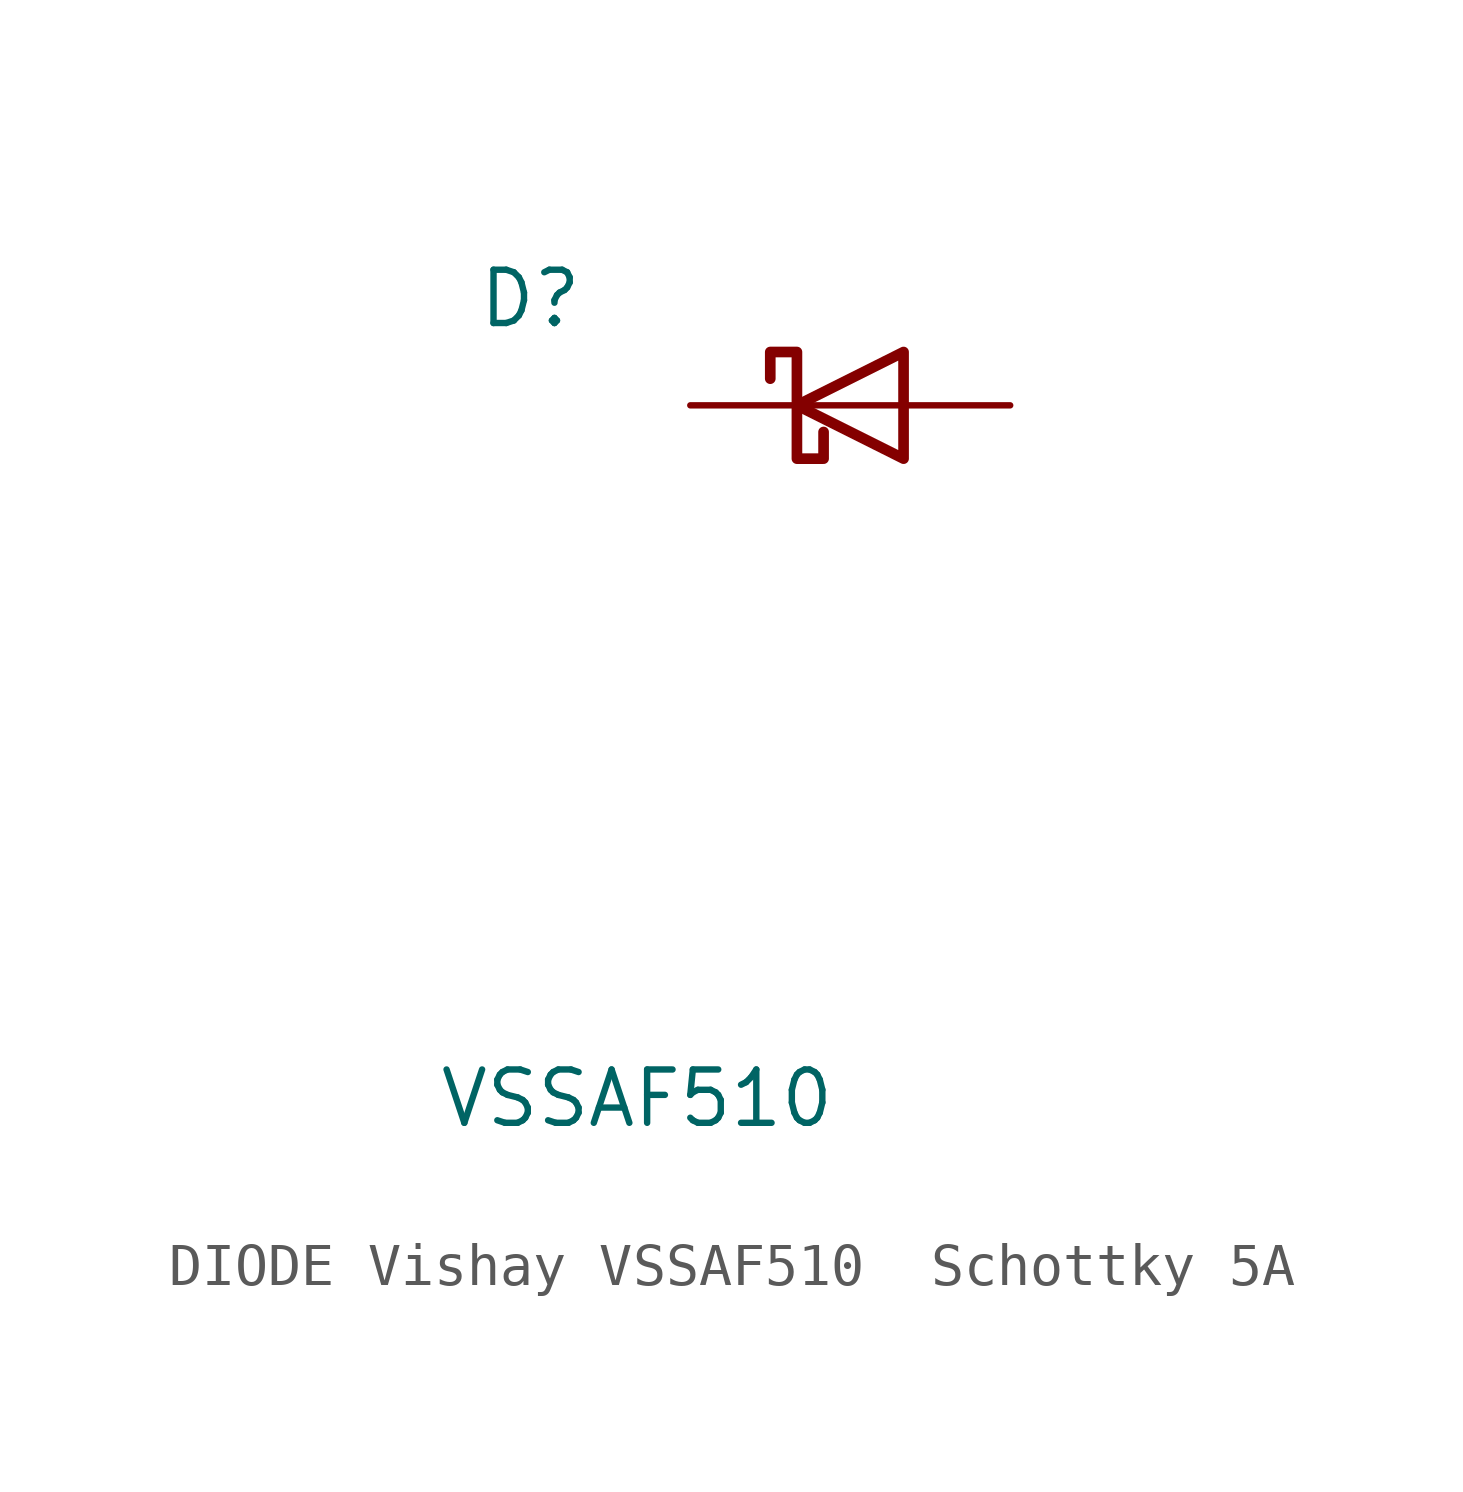
<source format=kicad_sym>
(kicad_symbol_lib
  (version 20241209)
  (generator "kicad_symbol_editor")
  (generator_version "9.0")
  (symbol "DIODE Vishay VSSAF510  Schottky 5A"
    (pin_numbers
      (hide yes))
    (pin_names
      (offset 1.016)
      (hide yes))
    (property "Reference" "D"
      (at -7.62 2.54 0)
      (effects (font (size 1.27 1.27))))
    (property "Value" "VSSAF510"
      (at -5.08 -16.51 0)
      (effects (font (size 1.27 1.27))))
    (symbol "DIODE Vishay VSSAF510  Schottky 5A_0_1"
      (polyline (pts (xy -1.905 0.635) (xy -1.905 1.27) (xy -1.27 1.27) (xy -1.27 -1.27) (xy -0.635 -1.27) (xy -0.635 -0.635)) (stroke (width 0.254) (type default)) (fill (type none)))
      (polyline (pts (xy 1.27 1.27) (xy 1.27 -1.27) (xy -1.27 0) (xy 1.27 1.27)) (stroke (width 0.254) (type default)) (fill (type none)))
      (polyline (pts (xy 1.27 0) (xy -1.27 0)) (stroke (width 0) (type default)) (fill (type none))))
    (symbol "DIODE Vishay VSSAF510  Schottky 5A_1_1"
      (pin passive line (at -3.81 0 0) (length 2.54) (name "K" (effects (font (size 1.27 1.27)))) (number "1" (effects (font (size 1.27 1.27)))))
      (pin passive line (at 3.81 0 180) (length 2.54) (name "A" (effects (font (size 1.27 1.27)))) (number "2" (effects (font (size 1.27 1.27))))))))
</source>
